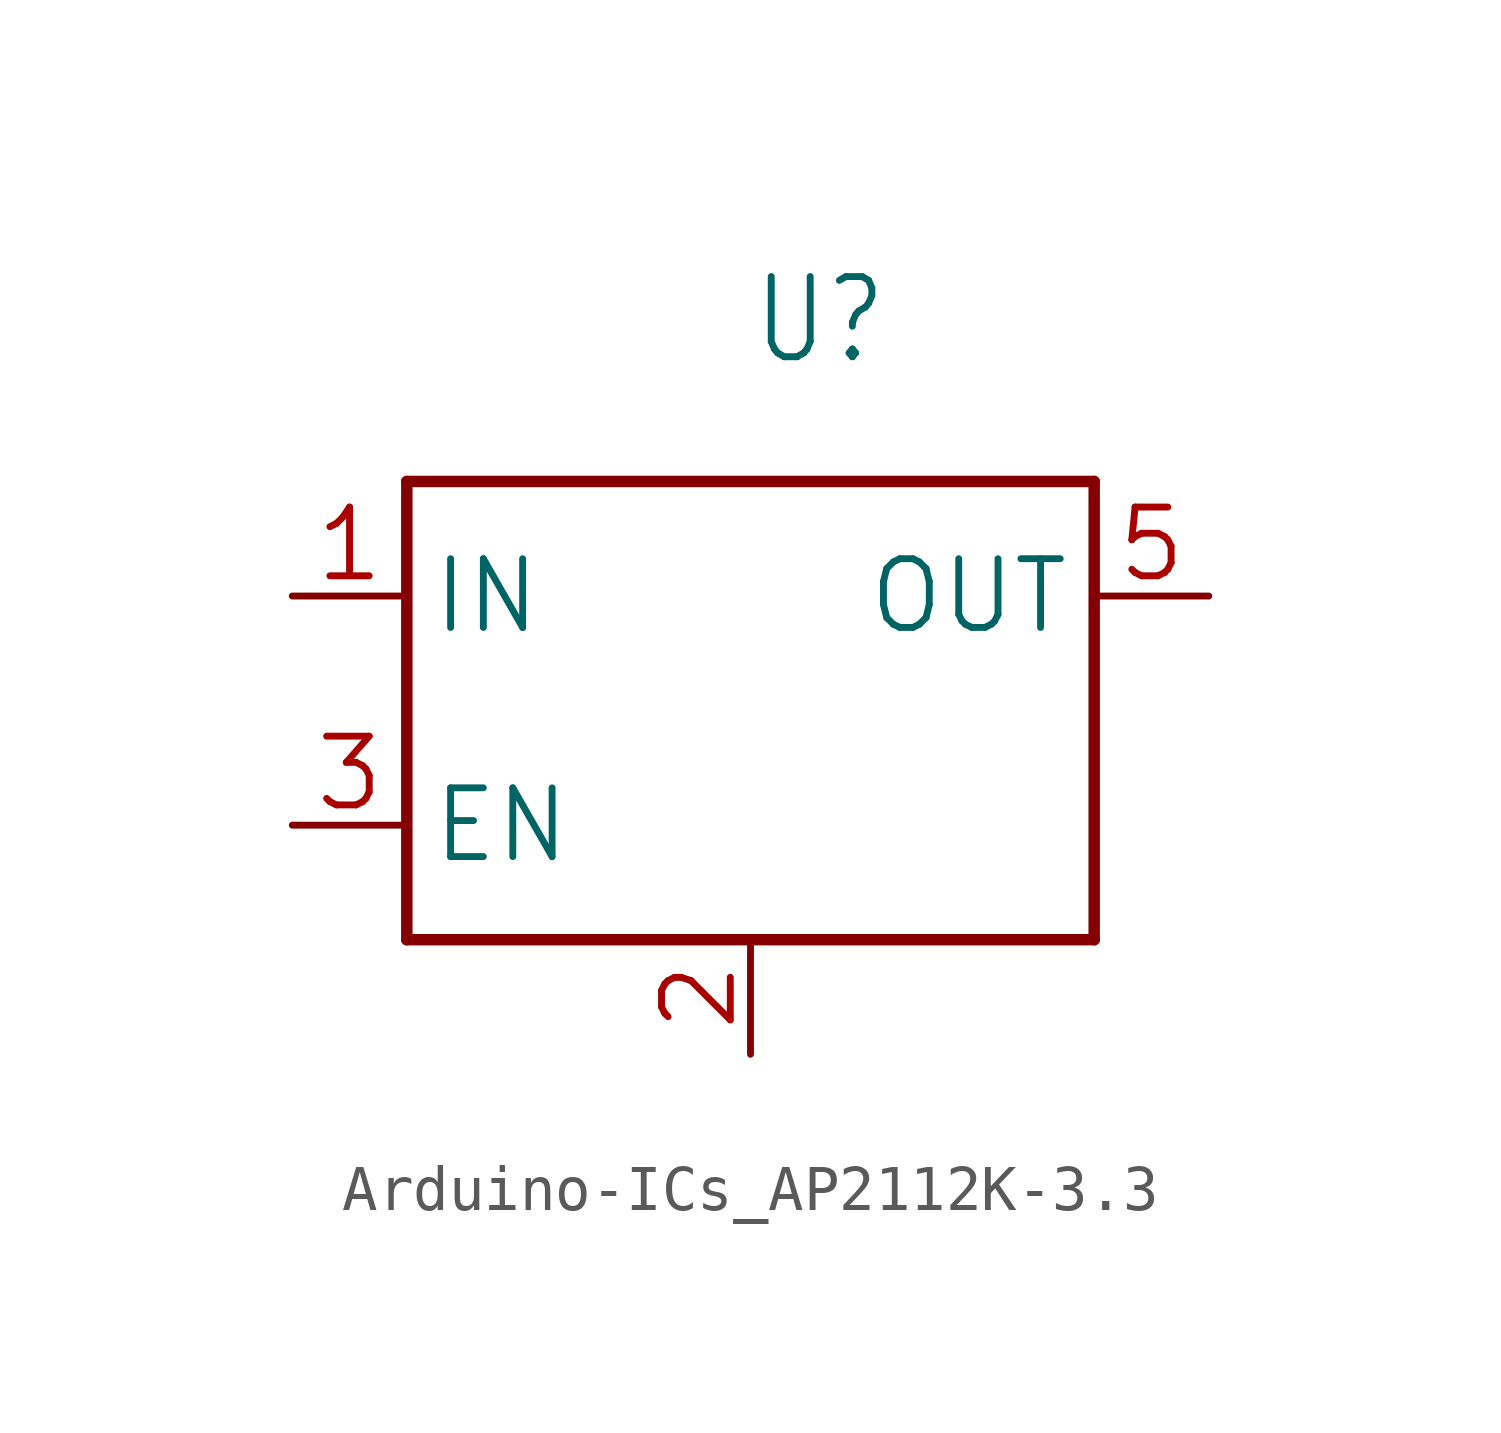
<source format=kicad_sym>
(kicad_symbol_lib
  (version 20241209)
  (generator "kicad_symbol_editor")
  (generator_version "9.0")
  (symbol "Arduino-ICs_AP2112K-3.3"
    (property "Reference" "U"
      (at 0 7.62 0)
      (effects (font (size 1.778 1.511)) (justify left bottom)))
    (property "Value" ""
      (at 1.27 -7.62 0)
      (effects (font (size 1.778 1.511)) (justify left bottom)))
    (property "ki_locked" ""
      (at 0 0 0)
      (effects (font (size 1.27 1.27))))
    (symbol "Arduino-ICs_AP2112K-3.3_1_0"
      (polyline (pts (xy -7.62 5.08) (xy 7.62 5.08)) (stroke (width 0.254) (type solid)) (fill (type none)))
      (polyline (pts (xy -7.62 -5.08) (xy -7.62 5.08)) (stroke (width 0.254) (type solid)) (fill (type none)))
      (polyline (pts (xy 7.62 5.08) (xy 7.62 -5.08)) (stroke (width 0.254) (type solid)) (fill (type none)))
      (polyline (pts (xy 7.62 -5.08) (xy -7.62 -5.08)) (stroke (width 0.254) (type solid)) (fill (type none)))
      (pin power_in line (at -10.16 2.54 0) (length 2.54) (name "IN" (effects (font (size 1.524 1.524)))) (number "1" (effects (font (size 1.524 1.524)))))
      (pin input line (at -10.16 -2.54 0) (length 2.54) (name "EN" (effects (font (size 1.524 1.524)))) (number "3" (effects (font (size 1.524 1.524)))))
      (pin power_in line (at 0 -7.62 90) (length 2.54) (name "GND/ADJ" (effects (font (size 0 0)))) (number "2" (effects (font (size 1.524 1.524)))))
      (pin power_in line (at 10.16 2.54 180) (length 2.54) (name "OUT" (effects (font (size 1.524 1.524)))) (number "5" (effects (font (size 1.524 1.524))))))))
</source>
